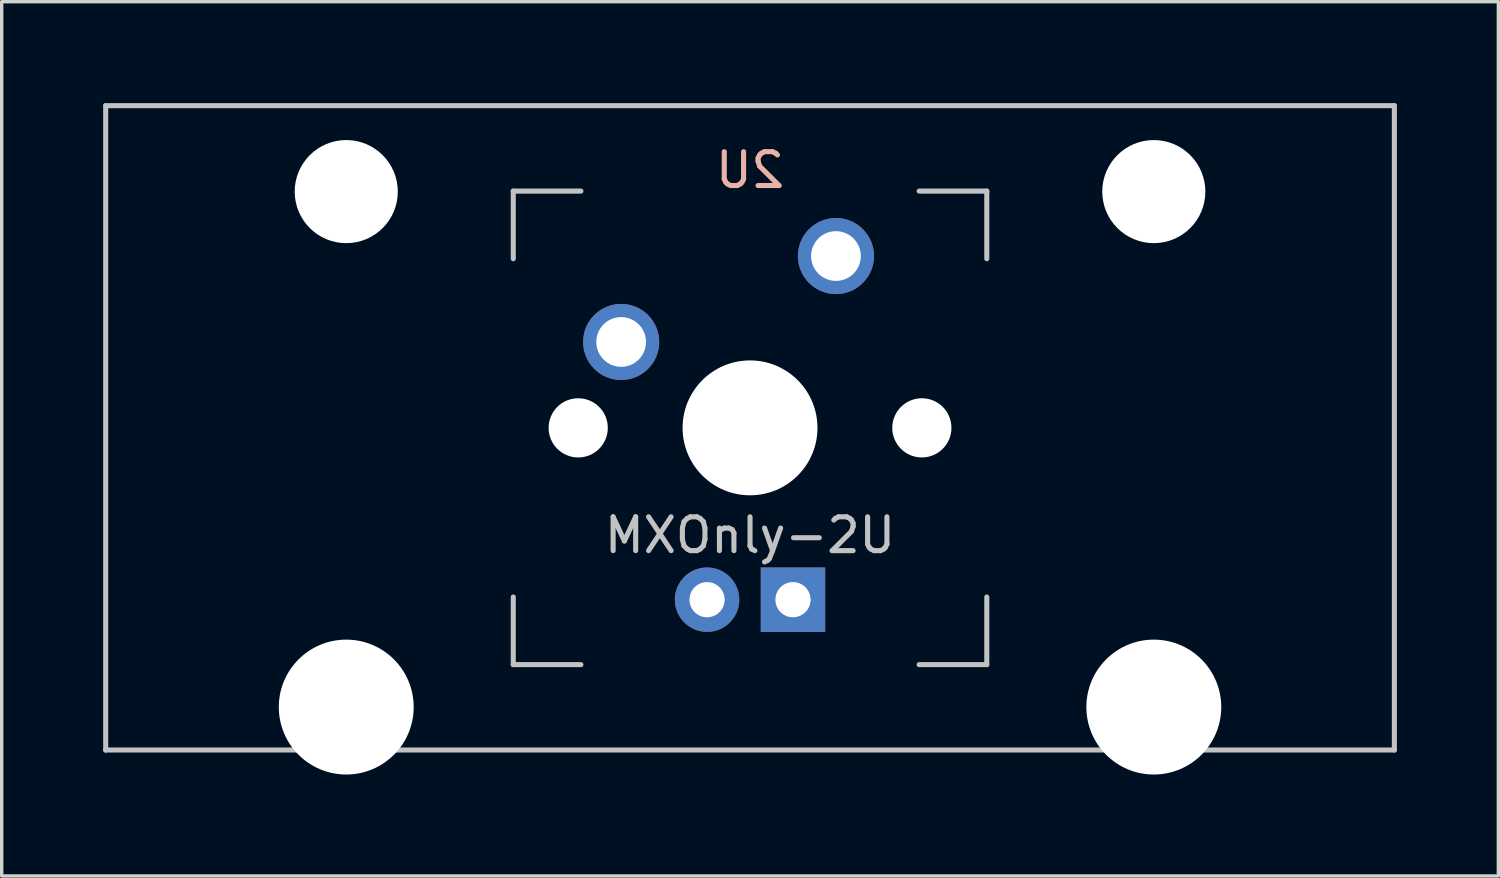
<source format=kicad_pcb>
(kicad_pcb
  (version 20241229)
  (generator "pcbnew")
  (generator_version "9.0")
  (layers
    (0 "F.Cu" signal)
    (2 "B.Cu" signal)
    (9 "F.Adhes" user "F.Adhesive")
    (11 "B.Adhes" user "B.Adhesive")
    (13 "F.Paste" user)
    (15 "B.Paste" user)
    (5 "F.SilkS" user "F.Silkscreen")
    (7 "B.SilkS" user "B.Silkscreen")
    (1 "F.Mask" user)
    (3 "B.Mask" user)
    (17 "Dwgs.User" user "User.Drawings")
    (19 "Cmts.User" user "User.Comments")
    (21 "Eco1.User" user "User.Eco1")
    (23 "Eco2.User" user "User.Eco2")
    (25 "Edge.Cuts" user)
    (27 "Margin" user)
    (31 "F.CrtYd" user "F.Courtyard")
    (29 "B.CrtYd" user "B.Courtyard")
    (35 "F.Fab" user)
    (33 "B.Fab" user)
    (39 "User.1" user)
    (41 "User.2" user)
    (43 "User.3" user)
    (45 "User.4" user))
  (footprint "MXOnly-2U"
    (layer "F.Cu")
    (at 19.125 9.6)
    (property "Reference" "MXOnly-2U" (at 0 3.175 0) (layer "Dwgs.User") (effects (font (size 1 1) (thickness 0.15))))
    (property "Value" "2U" (at 0 -7.938 0) (layer "Dwgs.User") (hide yes) (effects (font (size 1 1) (thickness 0.15))))
    (attr through_hole)
    (fp_line (start -19.05 -9.525) (end 19.05 -9.525) (stroke (width 0.15) (type solid)) (layer "Dwgs.User"))
    (fp_line (start -19.05 9.525) (end -19.05 -9.525) (stroke (width 0.15) (type solid)) (layer "Dwgs.User"))
    (fp_line (start -19.05 9.525) (end 19.05 9.525) (stroke (width 0.15) (type solid)) (layer "Dwgs.User"))
    (fp_line (start -7 -7) (end -7 -5) (stroke (width 0.15) (type solid)) (layer "Dwgs.User"))
    (fp_line (start -7 5) (end -7 7) (stroke (width 0.15) (type solid)) (layer "Dwgs.User"))
    (fp_line (start -7 7) (end -5 7) (stroke (width 0.15) (type solid)) (layer "Dwgs.User"))
    (fp_line (start -5 -7) (end -7 -7) (stroke (width 0.15) (type solid)) (layer "Dwgs.User"))
    (fp_line (start 5 -7) (end 7 -7) (stroke (width 0.15) (type solid)) (layer "Dwgs.User"))
    (fp_line (start 5 7) (end 7 7) (stroke (width 0.15) (type solid)) (layer "Dwgs.User"))
    (fp_line (start 7 -7) (end 7 -5) (stroke (width 0.15) (type solid)) (layer "Dwgs.User"))
    (fp_line (start 7 7) (end 7 5) (stroke (width 0.15) (type solid)) (layer "Dwgs.User"))
    (fp_line (start 19.05 -9.525) (end 19.05 9.525) (stroke (width 0.15) (type solid)) (layer "Dwgs.User"))
    (fp_text user "${VALUE}" (at 0 -7.62 0) (unlocked yes) (layer "B.SilkS") (effects (font (size 1 1) (thickness 0.15)) (justify mirror)))
    (pad "" np_thru_hole circle (at -11.938 -6.985) (size 3.048 3.048) (drill 3.048) (layers "*.Cu" "*.Mask"))
    (pad "" np_thru_hole circle (at -11.938 8.255) (size 3.988 3.988) (drill 3.988) (layers "*.Cu" "*.Mask"))
    (pad "" np_thru_hole circle (at -5.08 0 48.1) (size 1.75 1.75) (drill 1.75) (layers "*.Cu" "*.Mask"))
    (pad "" np_thru_hole circle (at 0 0) (size 3.988 3.988) (drill 3.988) (layers "*.Cu" "*.Mask"))
    (pad "" np_thru_hole circle (at 5.08 0 48.1) (size 1.75 1.75) (drill 1.75) (layers "*.Cu" "*.Mask"))
    (pad "" np_thru_hole circle (at 11.938 -6.985) (size 3.048 3.048) (drill 3.048) (layers "*.Cu" "*.Mask"))
    (pad "" np_thru_hole circle (at 11.938 8.255) (size 3.988 3.988) (drill 3.988) (layers "*.Cu" "*.Mask"))
    (pad "1" thru_hole circle (at -3.81 -2.54) (size 2.25 2.25) (drill 1.47) (layers "*.Cu" "*.Mask"))
    (pad "2" thru_hole circle (at 2.54 -5.08) (size 2.25 2.25) (drill 1.47) (layers "*.Cu" "*.Mask"))
    (pad "3" thru_hole circle (at -1.27 5.08) (size 1.905 1.905) (drill 1.04) (layers "*.Cu" "B.Mask"))
    (pad "4" thru_hole rect (at 1.27 5.08) (size 1.905 1.905) (drill 1.04) (layers "*.Cu" "B.Mask")))
  (gr_rect
    (start -3 -3)
    (end 41.25 22.849)
    (stroke (width 0.1) (type default))
    (fill no)
    (layer "Edge.Cuts")))
</source>
